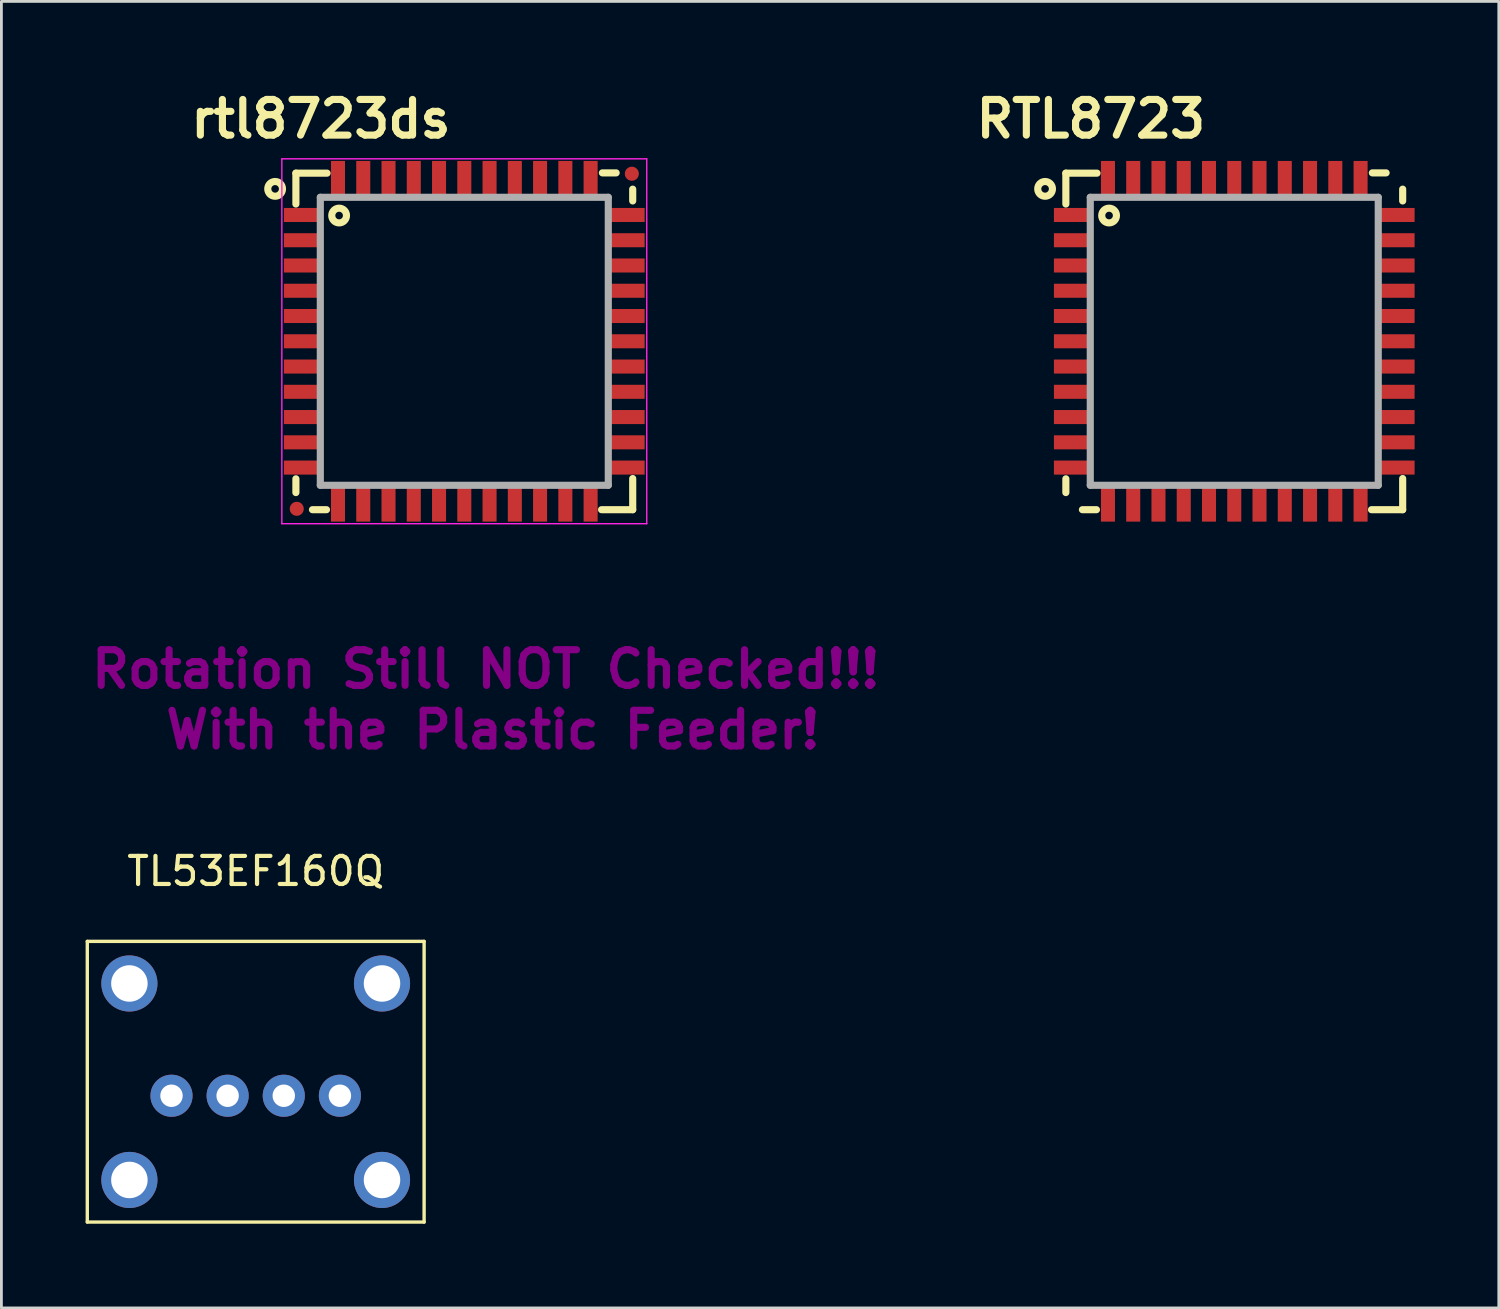
<source format=kicad_pcb>
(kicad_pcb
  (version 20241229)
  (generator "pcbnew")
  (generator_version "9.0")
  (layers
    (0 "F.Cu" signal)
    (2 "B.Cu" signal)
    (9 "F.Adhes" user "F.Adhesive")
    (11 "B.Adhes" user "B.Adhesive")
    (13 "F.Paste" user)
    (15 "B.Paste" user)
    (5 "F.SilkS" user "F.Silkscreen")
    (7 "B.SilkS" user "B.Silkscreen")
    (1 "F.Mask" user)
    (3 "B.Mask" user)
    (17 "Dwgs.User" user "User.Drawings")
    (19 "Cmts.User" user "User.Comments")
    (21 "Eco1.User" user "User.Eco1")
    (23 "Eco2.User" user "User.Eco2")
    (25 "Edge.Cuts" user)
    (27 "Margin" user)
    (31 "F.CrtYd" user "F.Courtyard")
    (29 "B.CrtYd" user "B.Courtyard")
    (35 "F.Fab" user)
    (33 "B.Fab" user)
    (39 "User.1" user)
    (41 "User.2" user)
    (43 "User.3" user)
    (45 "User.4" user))
  (footprint "RTL8723"
    (layer "F.Cu")
    (at 40.924 9.109)
    (property "Reference" "RTL8723" (at -5.11 -7.92 0) (layer "F.SilkS") (effects (font (size 1.27 1.27) (thickness 0.254))))
    (attr smd)
    (fp_line (start -6 -5.99) (end -6 -4.89) (stroke (width 0.254) (type solid)) (layer "F.SilkS"))
    (fp_line (start -6 -5.99) (end -4.89 -5.99) (stroke (width 0.254) (type solid)) (layer "F.SilkS"))
    (fp_line (start -6 4.9) (end -6 5.39) (stroke (width 0.254) (type solid)) (layer "F.SilkS"))
    (fp_line (start -5.41 6) (end -4.91 6) (stroke (width 0.254) (type solid)) (layer "F.SilkS"))
    (fp_line (start 4.92 -6) (end 5.41 -6) (stroke (width 0.254) (type solid)) (layer "F.SilkS"))
    (fp_line (start 6 -5) (end 6 -5.42) (stroke (width 0.254) (type solid)) (layer "F.SilkS"))
    (fp_line (start 6 6) (end 4.89 6) (stroke (width 0.254) (type solid)) (layer "F.SilkS"))
    (fp_line (start 6 6) (end 6 4.89) (stroke (width 0.254) (type solid)) (layer "F.SilkS"))
    (fp_circle (center -6.74 -5.43) (end -6.49 -5.51) (stroke (width 0.254) (type solid)) (fill no) (layer "F.SilkS"))
    (fp_circle (center -4.46 -4.48) (end -4.21 -4.56) (stroke (width 0.254) (type solid)) (fill no) (layer "F.SilkS"))
    (fp_line (start -5.13 -5.13) (end 5.13 -5.13) (stroke (width 0.254) (type solid)) (layer "F.Fab"))
    (fp_line (start -5.13 5.13) (end -5.13 -5.13) (stroke (width 0.254) (type solid)) (layer "F.Fab"))
    (fp_line (start 5.13 -5.13) (end 5.13 5.13) (stroke (width 0.254) (type solid)) (layer "F.Fab"))
    (fp_line (start 5.13 5.13) (end -5.13 5.13) (stroke (width 0.254) (type solid)) (layer "F.Fab"))
    (pad "1" smd rect (at -5.775 -4.5) (size 1.3 0.5) (layers "F.Cu" "F.Mask" "F.Paste"))
    (pad "2" smd rect (at -5.775 -3.6) (size 1.3 0.5) (layers "F.Cu" "F.Mask" "F.Paste"))
    (pad "3" smd rect (at -5.775 -2.7) (size 1.3 0.5) (layers "F.Cu" "F.Mask" "F.Paste"))
    (pad "4" smd rect (at -5.775 -1.8) (size 1.3 0.5) (layers "F.Cu" "F.Mask" "F.Paste"))
    (pad "5" smd rect (at -5.775 -0.9) (size 1.3 0.5) (layers "F.Cu" "F.Mask" "F.Paste"))
    (pad "6" smd rect (at -5.775 0) (size 1.3 0.5) (layers "F.Cu" "F.Mask" "F.Paste"))
    (pad "7" smd rect (at -5.775 0.9) (size 1.3 0.5) (layers "F.Cu" "F.Mask" "F.Paste"))
    (pad "8" smd rect (at -5.775 1.8) (size 1.3 0.5) (layers "F.Cu" "F.Mask" "F.Paste"))
    (pad "9" smd rect (at -5.775 2.7) (size 1.3 0.5) (layers "F.Cu" "F.Mask" "F.Paste"))
    (pad "10" smd rect (at -5.775 3.6) (size 1.3 0.5) (layers "F.Cu" "F.Mask" "F.Paste"))
    (pad "11" smd rect (at -5.775 4.5) (size 1.3 0.5) (layers "F.Cu" "F.Mask" "F.Paste"))
    (pad "12" smd rect (at -4.5 5.775 90) (size 1.3 0.5) (layers "F.Cu" "F.Mask" "F.Paste"))
    (pad "13" smd rect (at -3.6 5.775 90) (size 1.3 0.5) (layers "F.Cu" "F.Mask" "F.Paste"))
    (pad "14" smd rect (at -2.7 5.775 90) (size 1.3 0.5) (layers "F.Cu" "F.Mask" "F.Paste"))
    (pad "15" smd rect (at -1.8 5.775 90) (size 1.3 0.5) (layers "F.Cu" "F.Mask" "F.Paste"))
    (pad "16" smd rect (at -0.9 5.775 90) (size 1.3 0.5) (layers "F.Cu" "F.Mask" "F.Paste"))
    (pad "17" smd rect (at 0 5.775 90) (size 1.3 0.5) (layers "F.Cu" "F.Mask" "F.Paste"))
    (pad "18" smd rect (at 0.9 5.775 90) (size 1.3 0.5) (layers "F.Cu" "F.Mask" "F.Paste"))
    (pad "19" smd rect (at 1.8 5.775 90) (size 1.3 0.5) (layers "F.Cu" "F.Mask" "F.Paste"))
    (pad "20" smd rect (at 2.7 5.775 90) (size 1.3 0.5) (layers "F.Cu" "F.Mask" "F.Paste"))
    (pad "21" smd rect (at 3.6 5.775 90) (size 1.3 0.5) (layers "F.Cu" "F.Mask" "F.Paste"))
    (pad "22" smd rect (at 4.5 5.775 90) (size 1.3 0.5) (layers "F.Cu" "F.Mask" "F.Paste"))
    (pad "23" smd rect (at 5.775 4.5 180) (size 1.3 0.5) (layers "F.Cu" "F.Mask" "F.Paste"))
    (pad "24" smd rect (at 5.775 3.6 180) (size 1.3 0.5) (layers "F.Cu" "F.Mask" "F.Paste"))
    (pad "25" smd rect (at 5.775 2.7 180) (size 1.3 0.5) (layers "F.Cu" "F.Mask" "F.Paste"))
    (pad "26" smd rect (at 5.775 1.8 180) (size 1.3 0.5) (layers "F.Cu" "F.Mask" "F.Paste"))
    (pad "27" smd rect (at 5.775 0.9 180) (size 1.3 0.5) (layers "F.Cu" "F.Mask" "F.Paste"))
    (pad "28" smd rect (at 5.775 0 180) (size 1.3 0.5) (layers "F.Cu" "F.Mask" "F.Paste"))
    (pad "29" smd rect (at 5.775 -0.9 180) (size 1.3 0.5) (layers "F.Cu" "F.Mask" "F.Paste"))
    (pad "30" smd rect (at 5.775 -1.8 180) (size 1.3 0.5) (layers "F.Cu" "F.Mask" "F.Paste"))
    (pad "31" smd rect (at 5.775 -2.7 180) (size 1.3 0.5) (layers "F.Cu" "F.Mask" "F.Paste"))
    (pad "32" smd rect (at 5.775 -3.6 180) (size 1.3 0.5) (layers "F.Cu" "F.Mask" "F.Paste"))
    (pad "33" smd rect (at 5.775 -4.5 180) (size 1.3 0.5) (layers "F.Cu" "F.Mask" "F.Paste"))
    (pad "34" smd rect (at 4.5 -5.775 270) (size 1.3 0.5) (layers "F.Cu" "F.Mask" "F.Paste"))
    (pad "35" smd rect (at 3.6 -5.775 270) (size 1.3 0.5) (layers "F.Cu" "F.Mask" "F.Paste"))
    (pad "36" smd rect (at 2.7 -5.775 270) (size 1.3 0.5) (layers "F.Cu" "F.Mask" "F.Paste"))
    (pad "37" smd rect (at 1.8 -5.775 270) (size 1.3 0.5) (layers "F.Cu" "F.Mask" "F.Paste"))
    (pad "38" smd rect (at 0.9 -5.775 270) (size 1.3 0.5) (layers "F.Cu" "F.Mask" "F.Paste"))
    (pad "39" smd rect (at 0 -5.775 270) (size 1.3 0.5) (layers "F.Cu" "F.Mask" "F.Paste"))
    (pad "40" smd rect (at -0.9 -5.775 270) (size 1.3 0.5) (layers "F.Cu" "F.Mask" "F.Paste"))
    (pad "41" smd rect (at -1.8 -5.775 270) (size 1.3 0.5) (layers "F.Cu" "F.Mask" "F.Paste"))
    (pad "42" smd rect (at -2.7 -5.775 270) (size 1.3 0.5) (layers "F.Cu" "F.Mask" "F.Paste"))
    (pad "43" smd rect (at -3.6 -5.775 270) (size 1.3 0.5) (layers "F.Cu" "F.Mask" "F.Paste"))
    (pad "44" smd rect (at -4.5 -5.775 270) (size 1.3 0.5) (layers "F.Cu" "F.Mask" "F.Paste")))
  (footprint "rtl8723ds"
    (layer "F.Cu")
    (at 13.492 9.109)
    (property "Reference" "rtl8723ds" (at -5.11 -7.92 0) (layer "F.SilkS") (effects (font (size 1.27 1.27) (thickness 0.254))))
    (attr smd)
    (fp_line (start -6 -5.99) (end -6 -4.89) (stroke (width 0.254) (type solid)) (layer "F.SilkS"))
    (fp_line (start -6 -5.99) (end -4.89 -5.99) (stroke (width 0.254) (type solid)) (layer "F.SilkS"))
    (fp_line (start -6 4.9) (end -6 5.39) (stroke (width 0.254) (type solid)) (layer "F.SilkS"))
    (fp_line (start -5.41 6) (end -4.91 6) (stroke (width 0.254) (type solid)) (layer "F.SilkS"))
    (fp_line (start 4.92 -6) (end 5.41 -6) (stroke (width 0.254) (type solid)) (layer "F.SilkS"))
    (fp_line (start 6 -5) (end 6 -5.42) (stroke (width 0.254) (type solid)) (layer "F.SilkS"))
    (fp_line (start 6 6) (end 4.89 6) (stroke (width 0.254) (type solid)) (layer "F.SilkS"))
    (fp_line (start 6 6) (end 6 4.89) (stroke (width 0.254) (type solid)) (layer "F.SilkS"))
    (fp_circle (center -6.74 -5.43) (end -6.49 -5.51) (stroke (width 0.254) (type solid)) (fill no) (layer "F.SilkS"))
    (fp_circle (center -4.46 -4.48) (end -4.21 -4.56) (stroke (width 0.254) (type solid)) (fill no) (layer "F.SilkS"))
    (fp_line (start -6.5 -6.5) (end 6.5 -6.5) (stroke (width 0.05) (type default)) (layer "F.CrtYd"))
    (fp_line (start -6.5 6.5) (end -6.5 -6.5) (stroke (width 0.05) (type default)) (layer "F.CrtYd"))
    (fp_line (start 6.5 -6.5) (end 6.5 6.5) (stroke (width 0.05) (type default)) (layer "F.CrtYd"))
    (fp_line (start 6.5 6.5) (end -6.5 6.5) (stroke (width 0.05) (type default)) (layer "F.CrtYd"))
    (fp_line (start -5.13 -5.13) (end 5.13 -5.13) (stroke (width 0.254) (type solid)) (layer "F.Fab"))
    (fp_line (start -5.13 5.13) (end -5.13 -5.13) (stroke (width 0.254) (type solid)) (layer "F.Fab"))
    (fp_line (start 5.13 -5.13) (end 5.13 5.13) (stroke (width 0.254) (type solid)) (layer "F.Fab"))
    (fp_line (start 5.13 5.13) (end -5.13 5.13) (stroke (width 0.254) (type solid)) (layer "F.Fab"))
    (fp_text user "With the Plastic Feeder!" (at 1.016 13.843 0) (layer "F.Adhes") (effects (font (size 1.27 1.27) (thickness 0.254))))
    (fp_text user "Rotation Still NOT Checked!!!" (at 0.762 11.684 0) (layer "F.Adhes") (effects (font (size 1.27 1.27) (thickness 0.254))))
    (pad "1" smd rect (at -5.775 -4.5) (size 1.3 0.5) (layers "F.Cu" "F.Mask" "F.Paste"))
    (pad "2" smd rect (at -5.775 -3.6) (size 1.3 0.5) (layers "F.Cu" "F.Mask" "F.Paste"))
    (pad "3" smd rect (at -5.775 -2.7) (size 1.3 0.5) (layers "F.Cu" "F.Mask" "F.Paste"))
    (pad "4" smd rect (at -5.775 -1.8) (size 1.3 0.5) (layers "F.Cu" "F.Mask" "F.Paste"))
    (pad "5" smd rect (at -5.775 -0.9) (size 1.3 0.5) (layers "F.Cu" "F.Mask" "F.Paste"))
    (pad "6" smd rect (at -5.775 0) (size 1.3 0.5) (layers "F.Cu" "F.Mask" "F.Paste"))
    (pad "7" smd rect (at -5.775 0.9) (size 1.3 0.5) (layers "F.Cu" "F.Mask" "F.Paste"))
    (pad "8" smd rect (at -5.775 1.8) (size 1.3 0.5) (layers "F.Cu" "F.Mask" "F.Paste"))
    (pad "9" smd rect (at -5.775 2.7) (size 1.3 0.5) (layers "F.Cu" "F.Mask" "F.Paste"))
    (pad "10" smd rect (at -5.775 3.6) (size 1.3 0.5) (layers "F.Cu" "F.Mask" "F.Paste"))
    (pad "11" smd rect (at -5.775 4.5) (size 1.3 0.5) (layers "F.Cu" "F.Mask" "F.Paste"))
    (pad "12" smd rect (at -4.5 5.775 90) (size 1.3 0.5) (layers "F.Cu" "F.Mask" "F.Paste"))
    (pad "13" smd rect (at -3.6 5.775 90) (size 1.3 0.5) (layers "F.Cu" "F.Mask" "F.Paste"))
    (pad "14" smd rect (at -2.7 5.775 90) (size 1.3 0.5) (layers "F.Cu" "F.Mask" "F.Paste"))
    (pad "15" smd rect (at -1.8 5.775 90) (size 1.3 0.5) (layers "F.Cu" "F.Mask" "F.Paste"))
    (pad "16" smd rect (at -0.9 5.775 90) (size 1.3 0.5) (layers "F.Cu" "F.Mask" "F.Paste"))
    (pad "17" smd rect (at 0 5.775 90) (size 1.3 0.5) (layers "F.Cu" "F.Mask" "F.Paste"))
    (pad "18" smd rect (at 0.9 5.775 90) (size 1.3 0.5) (layers "F.Cu" "F.Mask" "F.Paste"))
    (pad "19" smd rect (at 1.8 5.775 90) (size 1.3 0.5) (layers "F.Cu" "F.Mask" "F.Paste"))
    (pad "20" smd rect (at 2.7 5.775 90) (size 1.3 0.5) (layers "F.Cu" "F.Mask" "F.Paste"))
    (pad "21" smd rect (at 3.6 5.775 90) (size 1.3 0.5) (layers "F.Cu" "F.Mask" "F.Paste"))
    (pad "22" smd rect (at 4.5 5.775 90) (size 1.3 0.5) (layers "F.Cu" "F.Mask" "F.Paste"))
    (pad "23" smd rect (at 5.775 4.5 180) (size 1.3 0.5) (layers "F.Cu" "F.Mask" "F.Paste"))
    (pad "24" smd rect (at 5.775 3.6 180) (size 1.3 0.5) (layers "F.Cu" "F.Mask" "F.Paste"))
    (pad "25" smd rect (at 5.775 2.7 180) (size 1.3 0.5) (layers "F.Cu" "F.Mask" "F.Paste"))
    (pad "26" smd rect (at 5.775 1.8 180) (size 1.3 0.5) (layers "F.Cu" "F.Mask" "F.Paste"))
    (pad "27" smd rect (at 5.775 0.9 180) (size 1.3 0.5) (layers "F.Cu" "F.Mask" "F.Paste"))
    (pad "28" smd rect (at 5.775 0 180) (size 1.3 0.5) (layers "F.Cu" "F.Mask" "F.Paste"))
    (pad "29" smd rect (at 5.775 -0.9 180) (size 1.3 0.5) (layers "F.Cu" "F.Mask" "F.Paste"))
    (pad "30" smd rect (at 5.775 -1.8 180) (size 1.3 0.5) (layers "F.Cu" "F.Mask" "F.Paste"))
    (pad "31" smd rect (at 5.775 -2.7 180) (size 1.3 0.5) (layers "F.Cu" "F.Mask" "F.Paste"))
    (pad "32" smd rect (at 5.775 -3.6 180) (size 1.3 0.5) (layers "F.Cu" "F.Mask" "F.Paste"))
    (pad "33" smd rect (at 5.775 -4.5 180) (size 1.3 0.5) (layers "F.Cu" "F.Mask" "F.Paste"))
    (pad "34" smd rect (at 4.5 -5.775 270) (size 1.3 0.5) (layers "F.Cu" "F.Mask" "F.Paste"))
    (pad "35" smd rect (at 3.6 -5.775 270) (size 1.3 0.5) (layers "F.Cu" "F.Mask" "F.Paste"))
    (pad "36" smd rect (at 2.7 -5.775 270) (size 1.3 0.5) (layers "F.Cu" "F.Mask" "F.Paste"))
    (pad "37" smd rect (at 1.8 -5.775 270) (size 1.3 0.5) (layers "F.Cu" "F.Mask" "F.Paste"))
    (pad "38" smd rect (at 0.9 -5.775 270) (size 1.3 0.5) (layers "F.Cu" "F.Mask" "F.Paste"))
    (pad "39" smd rect (at 0 -5.775 270) (size 1.3 0.5) (layers "F.Cu" "F.Mask" "F.Paste"))
    (pad "40" smd rect (at -0.9 -5.775 270) (size 1.3 0.5) (layers "F.Cu" "F.Mask" "F.Paste"))
    (pad "41" smd rect (at -1.8 -5.775 270) (size 1.3 0.5) (layers "F.Cu" "F.Mask" "F.Paste"))
    (pad "42" smd rect (at -2.7 -5.775 270) (size 1.3 0.5) (layers "F.Cu" "F.Mask" "F.Paste"))
    (pad "43" smd rect (at -3.6 -5.775 270) (size 1.3 0.5) (layers "F.Cu" "F.Mask" "F.Paste"))
    (pad "44" smd rect (at -4.5 -5.775 270) (size 1.3 0.5) (layers "F.Cu" "F.Mask" "F.Paste"))
    (pad "FID1" smd circle (at -5.969 5.969 270) (size 0.5 0.5) (layers "F.Cu" "F.Mask"))
    (pad "FID2" smd circle (at 5.969 -5.969 270) (size 0.5 0.5) (layers "F.Cu" "F.Mask")))
  (footprint "TL53EF160Q"
    (layer "F.Cu")
    (at 6.06 35.989)
    (property "Reference" "TL53EF160Q" (at 0 -8 0) (unlocked yes) (layer "F.SilkS") (effects (font (size 1 1) (thickness 0.15))))
    (attr smd)
    (fp_line (start -6 -5.5) (end -6 4.5) (stroke (width 0.12) (type default)) (layer "F.SilkS"))
    (fp_line (start -6 4.5) (end 6 4.5) (stroke (width 0.12) (type default)) (layer "F.SilkS"))
    (fp_line (start 6 -5.5) (end -6 -5.5) (stroke (width 0.12) (type default)) (layer "F.SilkS"))
    (fp_line (start 6 4.5) (end 6 -5.5) (stroke (width 0.12) (type default)) (layer "F.SilkS"))
    (pad "1" thru_hole circle (at -3 0) (size 1.5 1.5) (drill 0.8) (layers "*.Cu" "*.Mask"))
    (pad "2" thru_hole circle (at -1 0) (size 1.5 1.5) (drill 0.8) (layers "*.Cu" "*.Mask"))
    (pad "3" thru_hole circle (at 1 0) (size 1.5 1.5) (drill 0.8) (layers "*.Cu" "*.Mask"))
    (pad "4" thru_hole circle (at 3 0) (size 1.5 1.5) (drill 0.8) (layers "*.Cu" "*.Mask"))
    (pad "5" thru_hole circle (at -4.5 -4) (size 2 2) (drill 1.3) (layers "*.Cu" "*.Mask"))
    (pad "5" thru_hole circle (at -4.5 3) (size 2 2) (drill 1.3) (layers "*.Cu" "*.Mask"))
    (pad "5" thru_hole circle (at 4.5 -4) (size 2 2) (drill 1.3) (layers "*.Cu" "*.Mask"))
    (pad "5" thru_hole circle (at 4.5 3) (size 2 2) (drill 1.3) (layers "*.Cu" "*.Mask")))
  (gr_rect
    (start -3 -3)
    (end 50.349 43.549)
    (stroke (width 0.1) (type default))
    (fill no)
    (layer "Edge.Cuts")))
</source>
